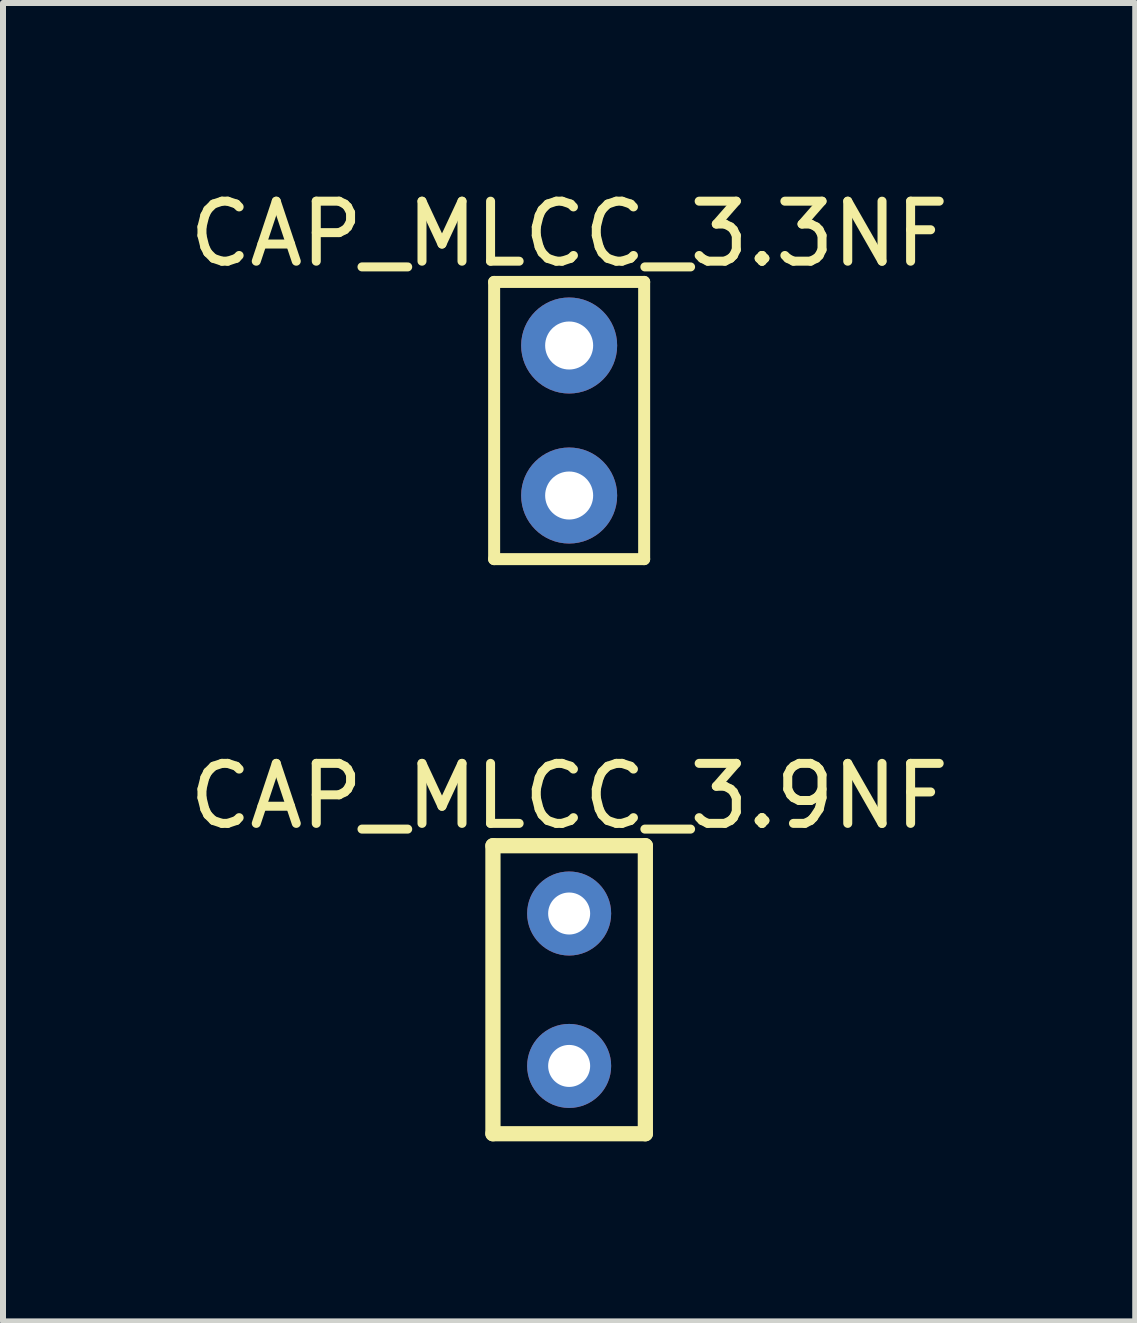
<source format=kicad_pcb>
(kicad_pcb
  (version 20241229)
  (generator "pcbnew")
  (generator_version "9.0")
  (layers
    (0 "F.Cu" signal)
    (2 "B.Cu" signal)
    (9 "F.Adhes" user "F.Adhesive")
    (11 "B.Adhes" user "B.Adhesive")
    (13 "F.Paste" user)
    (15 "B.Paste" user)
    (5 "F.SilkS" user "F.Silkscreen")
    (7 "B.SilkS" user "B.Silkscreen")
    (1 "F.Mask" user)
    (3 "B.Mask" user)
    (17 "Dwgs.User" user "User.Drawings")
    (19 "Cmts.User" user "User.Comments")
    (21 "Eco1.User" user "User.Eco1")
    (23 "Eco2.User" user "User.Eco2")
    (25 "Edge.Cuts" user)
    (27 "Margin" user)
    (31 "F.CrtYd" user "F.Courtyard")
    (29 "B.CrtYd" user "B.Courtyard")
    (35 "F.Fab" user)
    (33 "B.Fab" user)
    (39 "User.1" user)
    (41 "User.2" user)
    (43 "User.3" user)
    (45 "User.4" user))
  (footprint "CAP_MLCC_3.9NF"
    (layer "F.Cu")
    (at 6.435 13.444)
    (property "Reference" "CAP_MLCC_3.9NF" (at 0 -3.227 0) (layer "F.SilkS") (effects (font (size 1 1) (thickness 0.15))))
    (fp_line (start -1.27 -2.4) (end 1.27 -2.4) (stroke (width 0.254) (type solid)) (layer "F.SilkS"))
    (fp_line (start -1.27 2.4) (end -1.27 -2.4) (stroke (width 0.254) (type solid)) (layer "F.SilkS"))
    (fp_line (start -1.27 2.4) (end 1.27 2.4) (stroke (width 0.254) (type solid)) (layer "F.SilkS"))
    (fp_line (start 1.27 2.4) (end 1.27 -2.4) (stroke (width 0.254) (type solid)) (layer "F.SilkS"))
    (pad "1" thru_hole circle (at 0 -1.27) (size 1.4 1.4) (drill 0.7) (layers "*.Cu" "*.Mask"))
    (pad "2" thru_hole circle (at 0 1.27) (size 1.4 1.4) (drill 0.7) (layers "*.Cu" "*.Mask")))
  (footprint "CAP_MLCC_3.3NF"
    (layer "F.Cu")
    (at 6.435 3.958)
    (property "Reference" "CAP_MLCC_3.3NF" (at 0.000005 -3.11 0) (layer "F.SilkS") (effects (font (size 1 1) (thickness 0.15))))
    (fp_line (start -1.25 -2.31) (end 1.25 -2.31) (stroke (width 0.2) (type solid)) (layer "F.SilkS"))
    (fp_line (start -1.25 2.31) (end -1.25 -2.31) (stroke (width 0.2) (type solid)) (layer "F.SilkS"))
    (fp_line (start -1.25 2.31) (end 1.25 2.31) (stroke (width 0.2) (type solid)) (layer "F.SilkS"))
    (fp_line (start 1.25 2.31) (end 1.25 -2.31) (stroke (width 0.2) (type solid)) (layer "F.SilkS"))
    (pad "1" thru_hole circle (at 0 -1.25) (size 1.6 1.6) (drill 0.8) (layers "*.Cu" "*.Mask"))
    (pad "2" thru_hole circle (at 0 1.25) (size 1.6 1.6) (drill 0.8) (layers "*.Cu" "*.Mask")))
  (gr_rect
    (start -3 -3)
    (end 15.869 18.971)
    (stroke (width 0.1) (type default))
    (fill no)
    (layer "Edge.Cuts")))
</source>
